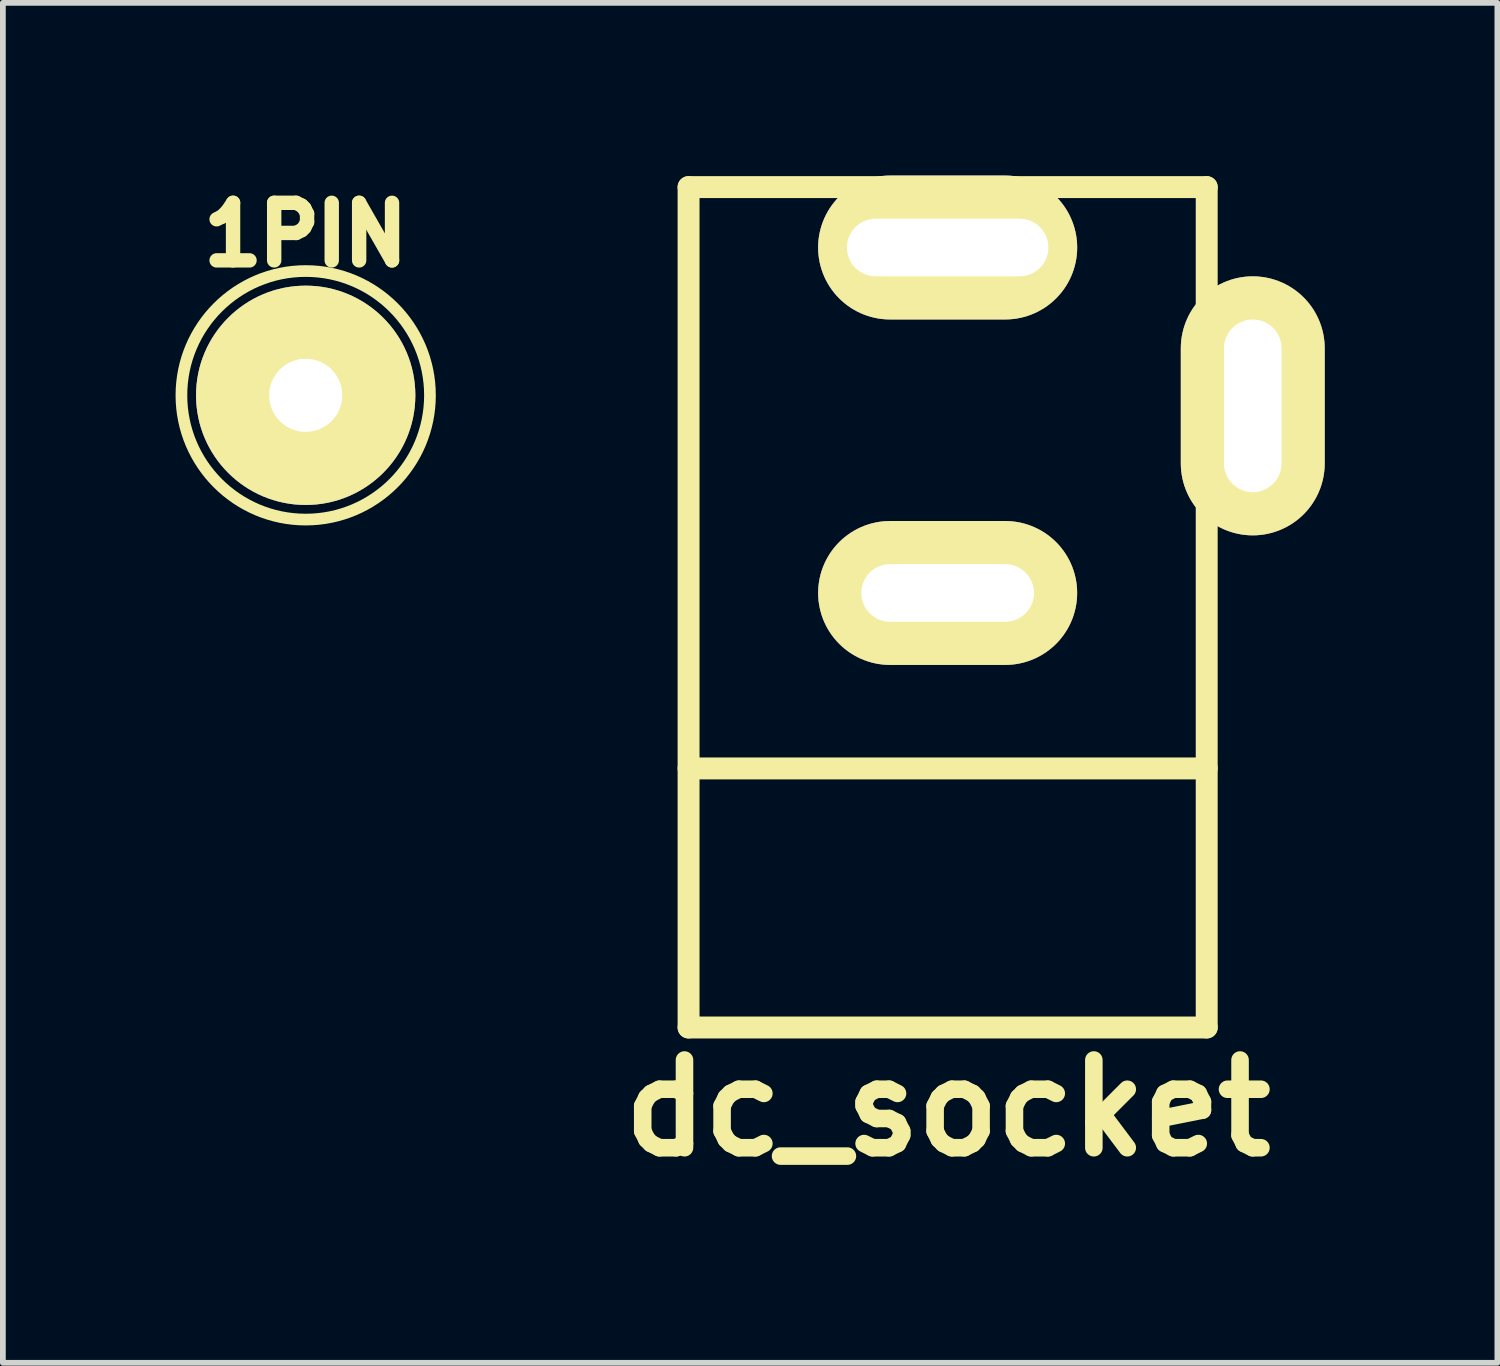
<source format=kicad_pcb>
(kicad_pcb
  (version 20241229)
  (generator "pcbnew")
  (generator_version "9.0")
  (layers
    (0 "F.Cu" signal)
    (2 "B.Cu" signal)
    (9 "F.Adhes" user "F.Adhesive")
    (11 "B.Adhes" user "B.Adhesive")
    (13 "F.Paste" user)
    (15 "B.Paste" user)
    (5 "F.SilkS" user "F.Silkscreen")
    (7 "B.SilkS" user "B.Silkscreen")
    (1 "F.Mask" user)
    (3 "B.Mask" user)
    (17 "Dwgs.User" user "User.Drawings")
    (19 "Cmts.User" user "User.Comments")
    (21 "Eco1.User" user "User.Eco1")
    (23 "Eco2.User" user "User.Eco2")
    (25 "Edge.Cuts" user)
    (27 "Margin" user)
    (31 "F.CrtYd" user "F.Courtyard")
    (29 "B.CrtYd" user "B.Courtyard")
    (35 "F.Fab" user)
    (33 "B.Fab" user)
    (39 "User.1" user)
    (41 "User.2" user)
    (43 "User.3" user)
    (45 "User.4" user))
  (footprint "dc_socket"
    (layer "F.Cu")
    (at 13.414 7.501)
    (property "Reference" "dc_socket" (at 0 8.7 0) (layer "F.SilkS") (effects (font (size 1.524 1.524) (thickness 0.305))))
    (attr through_hole)
    (fp_line (start -4.501 -7.3) (end -4.501 7.3) (stroke (width 0.381) (type solid)) (layer "F.SilkS"))
    (fp_line (start -4.501 2.799) (end 4.501 2.799) (stroke (width 0.381) (type solid)) (layer "F.SilkS"))
    (fp_line (start -4.501 7.3) (end 4.501 7.3) (stroke (width 0.381) (type solid)) (layer "F.SilkS"))
    (fp_line (start 4.501 -7.3) (end -4.501 -7.3) (stroke (width 0.381) (type solid)) (layer "F.SilkS"))
    (fp_line (start 4.501 7.3) (end 4.501 -7.3) (stroke (width 0.381) (type solid)) (layer "F.SilkS"))
    (pad "1" thru_hole oval (at 0 -6.251) (size 4.501 2.5) (drill oval 3.5 1.001) (layers "*.Cu" "*.Mask" "F.SilkS"))
    (pad "2" thru_hole oval (at 0 -0.249) (size 4.5 2.5) (drill oval 3 1.001) (layers "*.Cu" "*.Mask" "F.SilkS"))
    (pad "3" thru_hole oval (at 5.301 -3.5) (size 2.5 4.5) (drill oval 1.001 3) (layers "*.Cu" "*.Mask" "F.SilkS")))
  (footprint "1PIN"
    (layer "F.Cu")
    (at 2.261 3.818)
    (property "Reference" "1PIN" (at 0 -2.794 0) (layer "F.SilkS") (effects (font (size 1 1) (thickness 0.25))))
    (attr through_hole)
    (fp_circle (center 0 0) (end 2.159 0) (stroke (width 0.203) (type solid)) (fill no) (layer "F.SilkS"))
    (pad "1" thru_hole circle (at 0 0) (size 3.81 3.81) (drill 1.27) (layers "*.Cu" "*.Mask" "F.SilkS")))
  (gr_rect
    (start -3 -3)
    (end 22.965 20.627)
    (stroke (width 0.1) (type default))
    (fill no)
    (layer "Edge.Cuts")))
</source>
